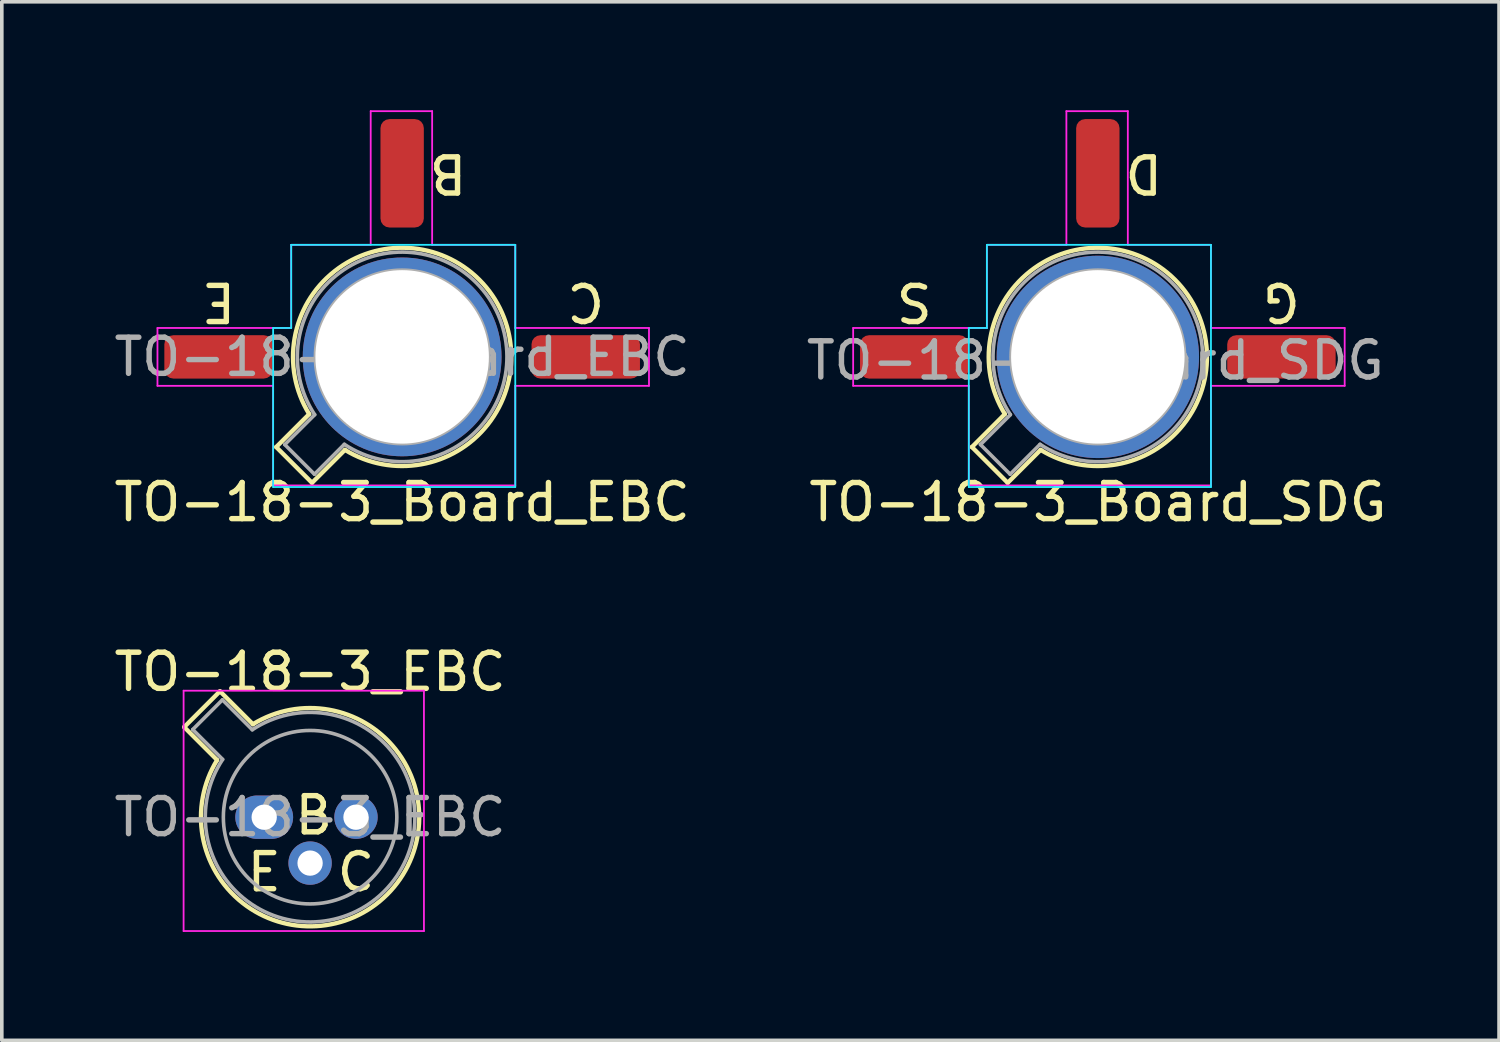
<source format=kicad_pcb>
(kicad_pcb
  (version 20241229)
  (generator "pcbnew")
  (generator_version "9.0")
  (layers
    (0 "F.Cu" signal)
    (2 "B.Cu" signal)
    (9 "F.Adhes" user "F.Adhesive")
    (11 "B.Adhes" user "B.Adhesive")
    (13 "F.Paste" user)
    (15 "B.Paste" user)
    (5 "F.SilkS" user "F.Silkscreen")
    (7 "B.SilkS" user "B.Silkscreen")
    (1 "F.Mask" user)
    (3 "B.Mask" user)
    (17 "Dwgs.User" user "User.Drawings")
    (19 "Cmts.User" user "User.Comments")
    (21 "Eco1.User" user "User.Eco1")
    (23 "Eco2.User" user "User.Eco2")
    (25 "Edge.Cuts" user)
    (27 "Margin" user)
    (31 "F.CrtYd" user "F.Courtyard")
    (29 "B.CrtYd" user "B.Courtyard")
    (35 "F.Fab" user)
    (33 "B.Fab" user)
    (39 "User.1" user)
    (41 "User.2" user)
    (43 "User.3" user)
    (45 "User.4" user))
  (footprint "TO-18-3_Board_SDG"
    (layer "F.Cu")
    (at 26.056 6.825)
    (property "Reference" "TO-18-3_Board_SDG" (at 1.27 4.02 0) (layer "F.SilkS") (effects (font (size 1 1) (thickness 0.15))))
    (fp_line (start -2.214 2.494) (end -1.302 1.582) (stroke (width 0.12) (type solid)) (layer "F.SilkS"))
    (fp_line (start -1.224 3.484) (end -2.214 2.494) (stroke (width 0.12) (type solid)) (layer "F.SilkS"))
    (fp_line (start -0.312 2.572) (end -1.224 3.484) (stroke (width 0.12) (type solid)) (layer "F.SilkS"))
    (fp_arc (start -1.30215 1.582544) (mid 3.405374 -2.135551) (end -0.312331 2.572281) (stroke (width 0.12) (type solid)) (layer "F.SilkS"))
    (fp_line (start -2.3 -0.8) (end -2.3 3.6) (stroke (width 0.05) (type solid)) (layer "B.CrtYd"))
    (fp_line (start -2.3 3.6) (end 4.4 3.6) (stroke (width 0.05) (type solid)) (layer "B.CrtYd"))
    (fp_line (start -1.8 -3.1) (end -1.8 -0.8) (stroke (width 0.05) (type solid)) (layer "B.CrtYd"))
    (fp_line (start -1.8 -0.8) (end -2.3 -0.8) (stroke (width 0.05) (type solid)) (layer "B.CrtYd"))
    (fp_line (start 4.4 -3.1) (end -1.8 -3.1) (stroke (width 0.05) (type solid)) (layer "B.CrtYd"))
    (fp_line (start 4.4 3.6) (end 4.4 -3.1) (stroke (width 0.05) (type solid)) (layer "B.CrtYd"))
    (fp_line (start -5.5 -0.8) (end -5.5 0.8) (stroke (width 0.05) (type solid)) (layer "F.CrtYd"))
    (fp_line (start -5.5 0.8) (end -2.3 0.8) (stroke (width 0.05) (type solid)) (layer "F.CrtYd"))
    (fp_line (start -2.3 0.8) (end -2.3 3.556) (stroke (width 0.05) (type solid)) (layer "F.CrtYd"))
    (fp_line (start -2.3 3.556) (end -2.032 3.556) (stroke (width 0.05) (type solid)) (layer "F.CrtYd"))
    (fp_line (start -2.032 3.556) (end 4.4 3.556) (stroke (width 0.05) (type solid)) (layer "F.CrtYd"))
    (fp_line (start -1.8 -3.1) (end -1.8 -0.8) (stroke (width 0.05) (type solid)) (layer "F.CrtYd"))
    (fp_line (start -1.8 -0.8) (end -5.5 -0.8) (stroke (width 0.05) (type solid)) (layer "F.CrtYd"))
    (fp_line (start 0.4 -6.8) (end 0.4 -3.1) (stroke (width 0.05) (type solid)) (layer "F.CrtYd"))
    (fp_line (start 0.4 -3.1) (end -1.8 -3.1) (stroke (width 0.05) (type solid)) (layer "F.CrtYd"))
    (fp_line (start 2.1 -6.8) (end 0.4 -6.8) (stroke (width 0.05) (type solid)) (layer "F.CrtYd"))
    (fp_line (start 2.1 -3.1) (end 2.1 -6.8) (stroke (width 0.05) (type solid)) (layer "F.CrtYd"))
    (fp_line (start 4.4 -3.1) (end 2.1 -3.1) (stroke (width 0.05) (type solid)) (layer "F.CrtYd"))
    (fp_line (start 4.4 -0.8) (end 4.4 -3.1) (stroke (width 0.05) (type solid)) (layer "F.CrtYd"))
    (fp_line (start 4.4 0.8) (end 8.1 0.8) (stroke (width 0.05) (type solid)) (layer "F.CrtYd"))
    (fp_line (start 4.4 3.556) (end 4.4 0.8) (stroke (width 0.05) (type solid)) (layer "F.CrtYd"))
    (fp_line (start 8.1 -0.8) (end 4.4 -0.8) (stroke (width 0.05) (type solid)) (layer "F.CrtYd"))
    (fp_line (start 8.1 0.8) (end 8.1 -0.8) (stroke (width 0.05) (type solid)) (layer "F.CrtYd"))
    (fp_line (start -1.977 2.426) (end -1.149 1.599) (stroke (width 0.1) (type solid)) (layer "F.Fab"))
    (fp_line (start -1.156 3.247) (end -1.977 2.426) (stroke (width 0.1) (type solid)) (layer "F.Fab"))
    (fp_line (start -0.329 2.419) (end -1.156 3.247) (stroke (width 0.1) (type solid)) (layer "F.Fab"))
    (fp_arc (start -1.150029 1.597956) (mid 3.321075 -2.050145) (end -0.329057 2.419301) (stroke (width 0.1) (type solid)) (layer "F.Fab"))
    (fp_circle (center 1.27 0) (end 3.67 0) (stroke (width 0.1) (type solid)) (fill no) (layer "F.Fab"))
    (fp_text user "G" (at 6.35 -1.524 180) (unlocked yes) (layer "F.SilkS") (effects (font (size 1 1) (thickness 0.15))))
    (fp_text user "S" (at -3.81 -1.524 180) (unlocked yes) (layer "F.SilkS") (effects (font (size 1 1) (thickness 0.15))))
    (fp_text user "D" (at 2.54 -5.08 180) (unlocked yes) (layer "F.SilkS") (effects (font (size 1 1) (thickness 0.15))))
    (fp_text user "${REFERENCE}" (at 1.2 0.1 0) (layer "F.Fab") (effects (font (size 1 1) (thickness 0.15))))
    (pad "1" smd roundrect (at -3.81 0) (size 3 1.2) (layers "F.Cu" "F.Mask" "F.Paste") (roundrect_rratio 0.208))
    (pad "2" smd roundrect (at 1.27 -5.08) (size 1.2 3) (layers "F.Cu" "F.Mask" "F.Paste") (roundrect_rratio 0.208))
    (pad "3" smd roundrect (at 6.35 0) (size 3 1.2) (layers "F.Cu" "F.Mask" "F.Paste") (roundrect_rratio 0.208))
    (pad "4" thru_hole circle (at 1.27 0) (size 5.6 5.6) (drill 4.8) (layers "*.Cu" "*.Mask")))
  (footprint "TO-18-3_EBC"
    (layer "F.Cu")
    (at 4.26 19.561)
    (property "Reference" "TO-18-3_EBC" (at 1.27 -4.02 0) (layer "F.SilkS") (effects (font (size 1 1) (thickness 0.15))))
    (fp_line (start -2.214 -2.494) (end -1.302 -1.582) (stroke (width 0.12) (type solid)) (layer "F.SilkS"))
    (fp_line (start -1.224 -3.484) (end -2.214 -2.494) (stroke (width 0.12) (type solid)) (layer "F.SilkS"))
    (fp_line (start -0.312 -2.572) (end -1.224 -3.484) (stroke (width 0.12) (type solid)) (layer "F.SilkS"))
    (fp_arc (start -0.312331 -2.572281) (mid 3.405374 2.135551) (end -1.30215 -1.582544) (stroke (width 0.12) (type solid)) (layer "F.SilkS"))
    (fp_line (start -2.23 -3.5) (end -2.23 3.15) (stroke (width 0.05) (type solid)) (layer "F.CrtYd"))
    (fp_line (start -2.23 3.15) (end 4.42 3.15) (stroke (width 0.05) (type solid)) (layer "F.CrtYd"))
    (fp_line (start 4.42 -3.5) (end -2.23 -3.5) (stroke (width 0.05) (type solid)) (layer "F.CrtYd"))
    (fp_line (start 4.42 3.15) (end 4.42 -3.5) (stroke (width 0.05) (type solid)) (layer "F.CrtYd"))
    (fp_line (start -1.977 -2.426) (end -1.149 -1.599) (stroke (width 0.1) (type solid)) (layer "F.Fab"))
    (fp_line (start -1.156 -3.247) (end -1.977 -2.426) (stroke (width 0.1) (type solid)) (layer "F.Fab"))
    (fp_line (start -0.329 -2.419) (end -1.156 -3.247) (stroke (width 0.1) (type solid)) (layer "F.Fab"))
    (fp_arc (start -0.329057 -2.419301) (mid 3.321075 2.050145) (end -1.150029 -1.597956) (stroke (width 0.1) (type solid)) (layer "F.Fab"))
    (fp_circle (center 1.27 0) (end 3.67 0) (stroke (width 0.1) (type solid)) (fill no) (layer "F.Fab"))
    (fp_text user "B" (at 1.372 -0.051 0) (unlocked yes) (layer "F.SilkS") (effects (font (size 1 1) (thickness 0.15))))
    (fp_text user "C" (at 2.54 1.524 0) (unlocked yes) (layer "F.SilkS") (effects (font (size 1 1) (thickness 0.15))))
    (fp_text user "E" (at 0 1.524 0) (unlocked yes) (layer "F.SilkS") (effects (font (size 1 1) (thickness 0.15))))
    (fp_text user "${REFERENCE}" (at 1.27 0.000001 0) (layer "F.Fab") (effects (font (size 1 1) (thickness 0.15))))
    (pad "1" thru_hole oval (at 0 0) (size 1.6 1.2) (drill 0.7) (layers "*.Cu" "*.Mask"))
    (pad "2" thru_hole oval (at 1.27 1.27) (size 1.2 1.2) (drill 0.7) (layers "*.Cu" "*.Mask"))
    (pad "3" thru_hole oval (at 2.54 0) (size 1.2 1.2) (drill 0.7) (layers "*.Cu" "*.Mask")))
  (footprint "TO-18-3_Board_EBC"
    (layer "F.Cu")
    (at 6.807 6.825)
    (property "Reference" "TO-18-3_Board_EBC" (at 1.27 4.02 0) (layer "F.SilkS") (effects (font (size 1 1) (thickness 0.15))))
    (fp_line (start -2.214 2.494) (end -1.302 1.582) (stroke (width 0.12) (type solid)) (layer "F.SilkS"))
    (fp_line (start -1.224 3.484) (end -2.214 2.494) (stroke (width 0.12) (type solid)) (layer "F.SilkS"))
    (fp_line (start -0.312 2.572) (end -1.224 3.484) (stroke (width 0.12) (type solid)) (layer "F.SilkS"))
    (fp_arc (start -1.30215 1.582544) (mid 3.405374 -2.135551) (end -0.312331 2.572281) (stroke (width 0.12) (type solid)) (layer "F.SilkS"))
    (fp_line (start -2.3 -0.8) (end -2.3 3.6) (stroke (width 0.05) (type solid)) (layer "B.CrtYd"))
    (fp_line (start -2.3 3.6) (end 4.4 3.6) (stroke (width 0.05) (type solid)) (layer "B.CrtYd"))
    (fp_line (start -1.8 -3.1) (end -1.8 -0.8) (stroke (width 0.05) (type solid)) (layer "B.CrtYd"))
    (fp_line (start -1.8 -0.8) (end -2.3 -0.8) (stroke (width 0.05) (type solid)) (layer "B.CrtYd"))
    (fp_line (start 4.4 -3.1) (end -1.8 -3.1) (stroke (width 0.05) (type solid)) (layer "B.CrtYd"))
    (fp_line (start 4.4 3.6) (end 4.4 -3.1) (stroke (width 0.05) (type solid)) (layer "B.CrtYd"))
    (fp_line (start -5.5 -0.8) (end -5.5 0.8) (stroke (width 0.05) (type solid)) (layer "F.CrtYd"))
    (fp_line (start -5.5 0.8) (end -2.3 0.8) (stroke (width 0.05) (type solid)) (layer "F.CrtYd"))
    (fp_line (start -2.3 0.8) (end -2.3 3.556) (stroke (width 0.05) (type solid)) (layer "F.CrtYd"))
    (fp_line (start -2.3 3.556) (end -2.032 3.556) (stroke (width 0.05) (type solid)) (layer "F.CrtYd"))
    (fp_line (start -2.032 3.556) (end 4.4 3.556) (stroke (width 0.05) (type solid)) (layer "F.CrtYd"))
    (fp_line (start -1.8 -3.1) (end -1.8 -0.8) (stroke (width 0.05) (type solid)) (layer "F.CrtYd"))
    (fp_line (start -1.8 -0.8) (end -5.5 -0.8) (stroke (width 0.05) (type solid)) (layer "F.CrtYd"))
    (fp_line (start 0.4 -6.8) (end 0.4 -3.1) (stroke (width 0.05) (type solid)) (layer "F.CrtYd"))
    (fp_line (start 0.4 -3.1) (end -1.8 -3.1) (stroke (width 0.05) (type solid)) (layer "F.CrtYd"))
    (fp_line (start 2.1 -6.8) (end 0.4 -6.8) (stroke (width 0.05) (type solid)) (layer "F.CrtYd"))
    (fp_line (start 2.1 -3.1) (end 2.1 -6.8) (stroke (width 0.05) (type solid)) (layer "F.CrtYd"))
    (fp_line (start 4.4 -3.1) (end 2.1 -3.1) (stroke (width 0.05) (type solid)) (layer "F.CrtYd"))
    (fp_line (start 4.4 -0.8) (end 4.4 -3.1) (stroke (width 0.05) (type solid)) (layer "F.CrtYd"))
    (fp_line (start 4.4 0.8) (end 8.1 0.8) (stroke (width 0.05) (type solid)) (layer "F.CrtYd"))
    (fp_line (start 4.4 3.556) (end 4.4 0.8) (stroke (width 0.05) (type solid)) (layer "F.CrtYd"))
    (fp_line (start 8.1 -0.8) (end 4.4 -0.8) (stroke (width 0.05) (type solid)) (layer "F.CrtYd"))
    (fp_line (start 8.1 0.8) (end 8.1 -0.8) (stroke (width 0.05) (type solid)) (layer "F.CrtYd"))
    (fp_line (start -1.977 2.426) (end -1.149 1.599) (stroke (width 0.1) (type solid)) (layer "F.Fab"))
    (fp_line (start -1.156 3.247) (end -1.977 2.426) (stroke (width 0.1) (type solid)) (layer "F.Fab"))
    (fp_line (start -0.329 2.419) (end -1.156 3.247) (stroke (width 0.1) (type solid)) (layer "F.Fab"))
    (fp_arc (start -1.150029 1.597956) (mid 3.321075 -2.050145) (end -0.329057 2.419301) (stroke (width 0.1) (type solid)) (layer "F.Fab"))
    (fp_circle (center 1.27 0) (end 3.67 0) (stroke (width 0.1) (type solid)) (fill no) (layer "F.Fab"))
    (fp_text user "B" (at 2.54 -5.08 180) (unlocked yes) (layer "F.SilkS") (effects (font (size 1 1) (thickness 0.15))))
    (fp_text user "C" (at 6.35 -1.524 180) (unlocked yes) (layer "F.SilkS") (effects (font (size 1 1) (thickness 0.15))))
    (fp_text user "E" (at -3.81 -1.524 180) (unlocked yes) (layer "F.SilkS") (effects (font (size 1 1) (thickness 0.15))))
    (fp_text user "${REFERENCE}" (at 1.27 -0.000001 0) (layer "F.Fab") (effects (font (size 1 1) (thickness 0.15))))
    (pad "1" smd roundrect (at -3.81 0) (size 3 1.2) (layers "F.Cu" "F.Mask" "F.Paste") (roundrect_rratio 0.208))
    (pad "2" smd roundrect (at 1.27 -5.08) (size 1.2 3) (layers "F.Cu" "F.Mask" "F.Paste") (roundrect_rratio 0.208))
    (pad "3" smd roundrect (at 6.35 0) (size 3 1.2) (layers "F.Cu" "F.Mask" "F.Paste") (roundrect_rratio 0.208))
    (pad "4" thru_hole circle (at 1.27 0) (size 5.5 5.5) (drill 4.8) (layers "*.Cu" "*.Mask")))
  (gr_rect
    (start -3 -3)
    (end 38.427 25.736)
    (stroke (width 0.1) (type default))
    (fill no)
    (layer "Edge.Cuts")))
</source>
